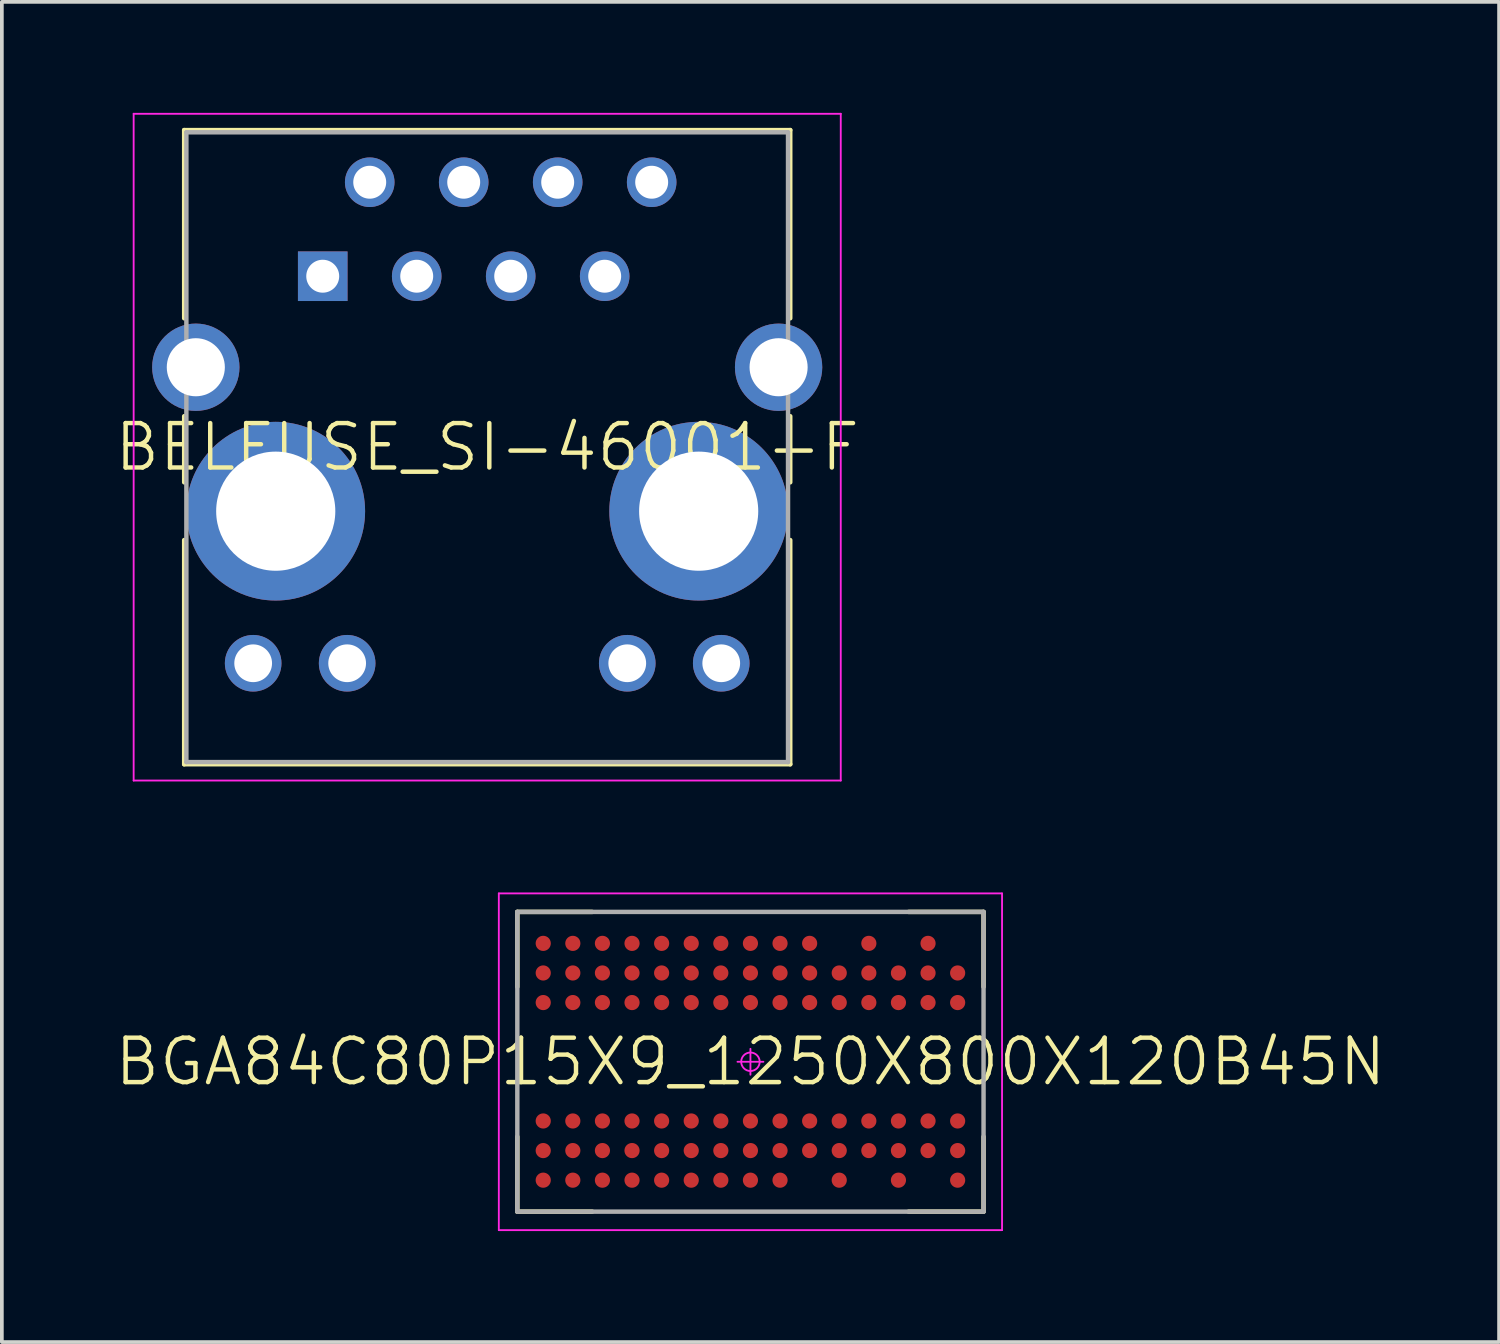
<source format=kicad_pcb>
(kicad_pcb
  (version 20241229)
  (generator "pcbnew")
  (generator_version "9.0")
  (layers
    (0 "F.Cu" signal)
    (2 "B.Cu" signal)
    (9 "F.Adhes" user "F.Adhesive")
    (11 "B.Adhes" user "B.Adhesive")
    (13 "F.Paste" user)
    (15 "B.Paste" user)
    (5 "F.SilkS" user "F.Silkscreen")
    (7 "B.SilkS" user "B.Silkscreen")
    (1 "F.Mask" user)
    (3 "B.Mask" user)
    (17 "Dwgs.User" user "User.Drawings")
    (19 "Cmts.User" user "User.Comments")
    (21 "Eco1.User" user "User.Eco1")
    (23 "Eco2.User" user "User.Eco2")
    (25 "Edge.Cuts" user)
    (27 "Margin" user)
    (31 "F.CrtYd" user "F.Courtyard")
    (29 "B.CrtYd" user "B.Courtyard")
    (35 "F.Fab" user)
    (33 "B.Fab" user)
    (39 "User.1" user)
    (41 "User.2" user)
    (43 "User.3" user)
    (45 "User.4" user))
  (footprint "BGA84C80P15X9_1250X800X120B45N"
    (layer "F.Cu")
    (at 17.231 25.645)
    (property "Reference" "BGA84C80P15X9_1250X800X120B45N" (at 0 0 0) (layer "F.SilkS") (effects (font (size 1.2 1.2) (thickness 0.12))))
    (attr smd)
    (fp_line (start -6.3 -4.05) (end -6.3 -2.025) (stroke (width 0.12) (type solid)) (layer "F.SilkS"))
    (fp_line (start -6.3 4.05) (end -6.3 2.025) (stroke (width 0.12) (type solid)) (layer "F.SilkS"))
    (fp_line (start -4.275 -4.05) (end -6.3 -4.05) (stroke (width 0.12) (type solid)) (layer "F.SilkS"))
    (fp_line (start -4.275 4.05) (end -6.3 4.05) (stroke (width 0.12) (type solid)) (layer "F.SilkS"))
    (fp_line (start 4.275 -4.05) (end 6.3 -4.05) (stroke (width 0.12) (type solid)) (layer "F.SilkS"))
    (fp_line (start 4.275 4.05) (end 6.3 4.05) (stroke (width 0.12) (type solid)) (layer "F.SilkS"))
    (fp_line (start 6.3 -4.05) (end 6.3 -2.025) (stroke (width 0.12) (type solid)) (layer "F.SilkS"))
    (fp_line (start 6.3 4.05) (end 6.3 2.025) (stroke (width 0.12) (type solid)) (layer "F.SilkS"))
    (fp_line (start -6.8 -4.55) (end 6.8 -4.55) (stroke (width 0.05) (type solid)) (layer "F.CrtYd"))
    (fp_line (start -6.8 4.55) (end -6.8 -4.55) (stroke (width 0.05) (type solid)) (layer "F.CrtYd"))
    (fp_line (start -0.35 0) (end 0.35 0) (stroke (width 0.05) (type solid)) (layer "F.CrtYd"))
    (fp_line (start 0 -0.35) (end 0 0.35) (stroke (width 0.05) (type solid)) (layer "F.CrtYd"))
    (fp_line (start 6.8 -4.55) (end 6.8 4.55) (stroke (width 0.05) (type solid)) (layer "F.CrtYd"))
    (fp_line (start 6.8 4.55) (end -6.8 4.55) (stroke (width 0.05) (type solid)) (layer "F.CrtYd"))
    (fp_circle (center 0 0) (end 0 0.25) (stroke (width 0.05) (type solid)) (fill no) (layer "F.CrtYd"))
    (fp_line (start -6.3 -4.05) (end 6.3 -4.05) (stroke (width 0.12) (type solid)) (layer "F.Fab"))
    (fp_line (start -6.3 4.05) (end -6.3 -4.05) (stroke (width 0.12) (type solid)) (layer "F.Fab"))
    (fp_line (start 6.3 -4.05) (end 6.3 4.05) (stroke (width 0.12) (type solid)) (layer "F.Fab"))
    (fp_line (start 6.3 4.05) (end -6.3 4.05) (stroke (width 0.12) (type solid)) (layer "F.Fab"))
    (pad "A1" smd circle (at -5.6 3.2) (size 0.41 0.41) (layers "F.Cu" "F.Mask" "F.Paste"))
    (pad "A2" smd circle (at -5.6 2.4) (size 0.41 0.41) (layers "F.Cu" "F.Mask" "F.Paste"))
    (pad "A3" smd circle (at -5.6 1.6) (size 0.41 0.41) (layers "F.Cu" "F.Mask" "F.Paste"))
    (pad "A7" smd circle (at -5.6 -1.6) (size 0.41 0.41) (layers "F.Cu" "F.Mask" "F.Paste"))
    (pad "A8" smd circle (at -5.6 -2.4) (size 0.41 0.41) (layers "F.Cu" "F.Mask" "F.Paste"))
    (pad "A9" smd circle (at -5.6 -3.2) (size 0.41 0.41) (layers "F.Cu" "F.Mask" "F.Paste"))
    (pad "B1" smd circle (at -4.8 3.2) (size 0.41 0.41) (layers "F.Cu" "F.Mask" "F.Paste"))
    (pad "B2" smd circle (at -4.8 2.4) (size 0.41 0.41) (layers "F.Cu" "F.Mask" "F.Paste"))
    (pad "B3" smd circle (at -4.8 1.6) (size 0.41 0.41) (layers "F.Cu" "F.Mask" "F.Paste"))
    (pad "B7" smd circle (at -4.8 -1.6) (size 0.41 0.41) (layers "F.Cu" "F.Mask" "F.Paste"))
    (pad "B8" smd circle (at -4.8 -2.4) (size 0.41 0.41) (layers "F.Cu" "F.Mask" "F.Paste"))
    (pad "B9" smd circle (at -4.8 -3.2) (size 0.41 0.41) (layers "F.Cu" "F.Mask" "F.Paste"))
    (pad "C1" smd circle (at -4 3.2) (size 0.41 0.41) (layers "F.Cu" "F.Mask" "F.Paste"))
    (pad "C2" smd circle (at -4 2.4) (size 0.41 0.41) (layers "F.Cu" "F.Mask" "F.Paste"))
    (pad "C3" smd circle (at -4 1.6) (size 0.41 0.41) (layers "F.Cu" "F.Mask" "F.Paste"))
    (pad "C7" smd circle (at -4 -1.6) (size 0.41 0.41) (layers "F.Cu" "F.Mask" "F.Paste"))
    (pad "C8" smd circle (at -4 -2.4) (size 0.41 0.41) (layers "F.Cu" "F.Mask" "F.Paste"))
    (pad "C9" smd circle (at -4 -3.2) (size 0.41 0.41) (layers "F.Cu" "F.Mask" "F.Paste"))
    (pad "D1" smd circle (at -3.2 3.2) (size 0.41 0.41) (layers "F.Cu" "F.Mask" "F.Paste"))
    (pad "D2" smd circle (at -3.2 2.4) (size 0.41 0.41) (layers "F.Cu" "F.Mask" "F.Paste"))
    (pad "D3" smd circle (at -3.2 1.6) (size 0.41 0.41) (layers "F.Cu" "F.Mask" "F.Paste"))
    (pad "D7" smd circle (at -3.2 -1.6) (size 0.41 0.41) (layers "F.Cu" "F.Mask" "F.Paste"))
    (pad "D8" smd circle (at -3.2 -2.4) (size 0.41 0.41) (layers "F.Cu" "F.Mask" "F.Paste"))
    (pad "D9" smd circle (at -3.2 -3.2) (size 0.41 0.41) (layers "F.Cu" "F.Mask" "F.Paste"))
    (pad "E1" smd circle (at -2.4 3.2) (size 0.41 0.41) (layers "F.Cu" "F.Mask" "F.Paste"))
    (pad "E2" smd circle (at -2.4 2.4) (size 0.41 0.41) (layers "F.Cu" "F.Mask" "F.Paste"))
    (pad "E3" smd circle (at -2.4 1.6) (size 0.41 0.41) (layers "F.Cu" "F.Mask" "F.Paste"))
    (pad "E7" smd circle (at -2.4 -1.6) (size 0.41 0.41) (layers "F.Cu" "F.Mask" "F.Paste"))
    (pad "E8" smd circle (at -2.4 -2.4) (size 0.41 0.41) (layers "F.Cu" "F.Mask" "F.Paste"))
    (pad "E9" smd circle (at -2.4 -3.2) (size 0.41 0.41) (layers "F.Cu" "F.Mask" "F.Paste"))
    (pad "F1" smd circle (at -1.6 3.2) (size 0.41 0.41) (layers "F.Cu" "F.Mask" "F.Paste"))
    (pad "F2" smd circle (at -1.6 2.4) (size 0.41 0.41) (layers "F.Cu" "F.Mask" "F.Paste"))
    (pad "F3" smd circle (at -1.6 1.6) (size 0.41 0.41) (layers "F.Cu" "F.Mask" "F.Paste"))
    (pad "F7" smd circle (at -1.6 -1.6) (size 0.41 0.41) (layers "F.Cu" "F.Mask" "F.Paste"))
    (pad "F8" smd circle (at -1.6 -2.4) (size 0.41 0.41) (layers "F.Cu" "F.Mask" "F.Paste"))
    (pad "F9" smd circle (at -1.6 -3.2) (size 0.41 0.41) (layers "F.Cu" "F.Mask" "F.Paste"))
    (pad "G1" smd circle (at -0.8 3.2) (size 0.41 0.41) (layers "F.Cu" "F.Mask" "F.Paste"))
    (pad "G2" smd circle (at -0.8 2.4) (size 0.41 0.41) (layers "F.Cu" "F.Mask" "F.Paste"))
    (pad "G3" smd circle (at -0.8 1.6) (size 0.41 0.41) (layers "F.Cu" "F.Mask" "F.Paste"))
    (pad "G7" smd circle (at -0.8 -1.6) (size 0.41 0.41) (layers "F.Cu" "F.Mask" "F.Paste"))
    (pad "G8" smd circle (at -0.8 -2.4) (size 0.41 0.41) (layers "F.Cu" "F.Mask" "F.Paste"))
    (pad "G9" smd circle (at -0.8 -3.2) (size 0.41 0.41) (layers "F.Cu" "F.Mask" "F.Paste"))
    (pad "H1" smd circle (at 0 3.2) (size 0.41 0.41) (layers "F.Cu" "F.Mask" "F.Paste"))
    (pad "H2" smd circle (at 0 2.4) (size 0.41 0.41) (layers "F.Cu" "F.Mask" "F.Paste"))
    (pad "H3" smd circle (at 0 1.6) (size 0.41 0.41) (layers "F.Cu" "F.Mask" "F.Paste"))
    (pad "H7" smd circle (at 0 -1.6) (size 0.41 0.41) (layers "F.Cu" "F.Mask" "F.Paste"))
    (pad "H8" smd circle (at 0 -2.4) (size 0.41 0.41) (layers "F.Cu" "F.Mask" "F.Paste"))
    (pad "H9" smd circle (at 0 -3.2) (size 0.41 0.41) (layers "F.Cu" "F.Mask" "F.Paste"))
    (pad "J1" smd circle (at 0.8 3.2) (size 0.41 0.41) (layers "F.Cu" "F.Mask" "F.Paste"))
    (pad "J2" smd circle (at 0.8 2.4) (size 0.41 0.41) (layers "F.Cu" "F.Mask" "F.Paste"))
    (pad "J3" smd circle (at 0.8 1.6) (size 0.41 0.41) (layers "F.Cu" "F.Mask" "F.Paste"))
    (pad "J7" smd circle (at 0.8 -1.6) (size 0.41 0.41) (layers "F.Cu" "F.Mask" "F.Paste"))
    (pad "J8" smd circle (at 0.8 -2.4) (size 0.41 0.41) (layers "F.Cu" "F.Mask" "F.Paste"))
    (pad "J9" smd circle (at 0.8 -3.2) (size 0.41 0.41) (layers "F.Cu" "F.Mask" "F.Paste"))
    (pad "K2" smd circle (at 1.6 2.4) (size 0.41 0.41) (layers "F.Cu" "F.Mask" "F.Paste"))
    (pad "K3" smd circle (at 1.6 1.6) (size 0.41 0.41) (layers "F.Cu" "F.Mask" "F.Paste"))
    (pad "K7" smd circle (at 1.6 -1.6) (size 0.41 0.41) (layers "F.Cu" "F.Mask" "F.Paste"))
    (pad "K8" smd circle (at 1.6 -2.4) (size 0.41 0.41) (layers "F.Cu" "F.Mask" "F.Paste"))
    (pad "K9" smd circle (at 1.6 -3.2) (size 0.41 0.41) (layers "F.Cu" "F.Mask" "F.Paste"))
    (pad "L1" smd circle (at 2.4 3.2) (size 0.41 0.41) (layers "F.Cu" "F.Mask" "F.Paste"))
    (pad "L2" smd circle (at 2.4 2.4) (size 0.41 0.41) (layers "F.Cu" "F.Mask" "F.Paste"))
    (pad "L3" smd circle (at 2.4 1.6) (size 0.41 0.41) (layers "F.Cu" "F.Mask" "F.Paste"))
    (pad "L7" smd circle (at 2.4 -1.6) (size 0.41 0.41) (layers "F.Cu" "F.Mask" "F.Paste"))
    (pad "L8" smd circle (at 2.4 -2.4) (size 0.41 0.41) (layers "F.Cu" "F.Mask" "F.Paste"))
    (pad "M2" smd circle (at 3.2 2.4) (size 0.41 0.41) (layers "F.Cu" "F.Mask" "F.Paste"))
    (pad "M3" smd circle (at 3.2 1.6) (size 0.41 0.41) (layers "F.Cu" "F.Mask" "F.Paste"))
    (pad "M7" smd circle (at 3.2 -1.6) (size 0.41 0.41) (layers "F.Cu" "F.Mask" "F.Paste"))
    (pad "M8" smd circle (at 3.2 -2.4) (size 0.41 0.41) (layers "F.Cu" "F.Mask" "F.Paste"))
    (pad "M9" smd circle (at 3.2 -3.2) (size 0.41 0.41) (layers "F.Cu" "F.Mask" "F.Paste"))
    (pad "N1" smd circle (at 4 3.2) (size 0.41 0.41) (layers "F.Cu" "F.Mask" "F.Paste"))
    (pad "N2" smd circle (at 4 2.4) (size 0.41 0.41) (layers "F.Cu" "F.Mask" "F.Paste"))
    (pad "N3" smd circle (at 4 1.6) (size 0.41 0.41) (layers "F.Cu" "F.Mask" "F.Paste"))
    (pad "N7" smd circle (at 4 -1.6) (size 0.41 0.41) (layers "F.Cu" "F.Mask" "F.Paste"))
    (pad "N8" smd circle (at 4 -2.4) (size 0.41 0.41) (layers "F.Cu" "F.Mask" "F.Paste"))
    (pad "P2" smd circle (at 4.8 2.4) (size 0.41 0.41) (layers "F.Cu" "F.Mask" "F.Paste"))
    (pad "P3" smd circle (at 4.8 1.6) (size 0.41 0.41) (layers "F.Cu" "F.Mask" "F.Paste"))
    (pad "P7" smd circle (at 4.8 -1.6) (size 0.41 0.41) (layers "F.Cu" "F.Mask" "F.Paste"))
    (pad "P8" smd circle (at 4.8 -2.4) (size 0.41 0.41) (layers "F.Cu" "F.Mask" "F.Paste"))
    (pad "P9" smd circle (at 4.8 -3.2) (size 0.41 0.41) (layers "F.Cu" "F.Mask" "F.Paste"))
    (pad "R1" smd circle (at 5.6 3.2) (size 0.41 0.41) (layers "F.Cu" "F.Mask" "F.Paste"))
    (pad "R2" smd circle (at 5.6 2.4) (size 0.41 0.41) (layers "F.Cu" "F.Mask" "F.Paste"))
    (pad "R3" smd circle (at 5.6 1.6) (size 0.41 0.41) (layers "F.Cu" "F.Mask" "F.Paste"))
    (pad "R7" smd circle (at 5.6 -1.6) (size 0.41 0.41) (layers "F.Cu" "F.Mask" "F.Paste"))
    (pad "R8" smd circle (at 5.6 -2.4) (size 0.41 0.41) (layers "F.Cu" "F.Mask" "F.Paste")))
  (footprint "BELFUSE_SI-46001-F"
    (layer "F.Cu")
    (at 5.672 4.415)
    (property "Reference" "BELFUSE_SI-46001-F" (at 4.445 4.62 0) (layer "F.SilkS") (effects (font (size 1.2 1.2) (thickness 0.12))))
    (attr through_hole)
    (fp_line (start -3.745 -3.95) (end 12.635 -3.95) (stroke (width 0.12) (type solid)) (layer "F.SilkS"))
    (fp_line (start -3.745 1.137) (end -3.745 -3.95) (stroke (width 0.12) (type solid)) (layer "F.SilkS"))
    (fp_line (start -3.745 5.57) (end -3.745 3.783) (stroke (width 0.12) (type solid)) (layer "F.SilkS"))
    (fp_line (start -3.745 13.19) (end -3.745 7.13) (stroke (width 0.12) (type solid)) (layer "F.SilkS"))
    (fp_line (start 12.635 -3.95) (end 12.635 1.137) (stroke (width 0.12) (type solid)) (layer "F.SilkS"))
    (fp_line (start 12.635 5.57) (end 12.635 3.783) (stroke (width 0.12) (type solid)) (layer "F.SilkS"))
    (fp_line (start 12.635 7.13) (end 12.635 13.19) (stroke (width 0.12) (type solid)) (layer "F.SilkS"))
    (fp_line (start 12.635 13.19) (end -3.745 13.19) (stroke (width 0.12) (type solid)) (layer "F.SilkS"))
    (fp_line (start -5.11 -4.39) (end 14 -4.39) (stroke (width 0.05) (type solid)) (layer "F.CrtYd"))
    (fp_line (start -5.11 13.63) (end -5.11 -4.39) (stroke (width 0.05) (type solid)) (layer "F.CrtYd"))
    (fp_line (start 0 -0.35) (end 0 0.35) (stroke (width 0.05) (type solid)) (layer "F.CrtYd"))
    (fp_line (start 0.35 0) (end -0.35 0) (stroke (width 0.05) (type solid)) (layer "F.CrtYd"))
    (fp_line (start 14 -4.39) (end 14 13.63) (stroke (width 0.05) (type solid)) (layer "F.CrtYd"))
    (fp_line (start 14 13.63) (end -5.11 13.63) (stroke (width 0.05) (type solid)) (layer "F.CrtYd"))
    (fp_circle (center 0 0) (end 0 0.25) (stroke (width 0.05) (type solid)) (fill no) (layer "F.CrtYd"))
    (fp_line (start -3.685 -3.89) (end 12.575 -3.89) (stroke (width 0.12) (type solid)) (layer "F.Fab"))
    (fp_line (start -3.685 13.13) (end -3.685 -3.89) (stroke (width 0.12) (type solid)) (layer "F.Fab"))
    (fp_line (start 12.575 -3.89) (end 12.575 13.13) (stroke (width 0.12) (type solid)) (layer "F.Fab"))
    (fp_line (start 12.575 13.13) (end -3.685 13.13) (stroke (width 0.12) (type solid)) (layer "F.Fab"))
    (pad "1" thru_hole rect (at 0 0) (size 1.34 1.34) (drill 0.89) (layers "*.Cu" "*.Mask"))
    (pad "2" thru_hole circle (at 2.54 0) (size 1.34 1.34) (drill 0.89) (layers "*.Cu" "*.Mask"))
    (pad "3" thru_hole circle (at 5.08 0) (size 1.34 1.34) (drill 0.89) (layers "*.Cu" "*.Mask"))
    (pad "4" thru_hole circle (at 7.62 0) (size 1.34 1.34) (drill 0.89) (layers "*.Cu" "*.Mask"))
    (pad "5" thru_hole circle (at 8.89 -2.54) (size 1.34 1.34) (drill 0.89) (layers "*.Cu" "*.Mask"))
    (pad "6" thru_hole circle (at 6.35 -2.54) (size 1.34 1.34) (drill 0.89) (layers "*.Cu" "*.Mask"))
    (pad "7" thru_hole circle (at 3.81 -2.54) (size 1.34 1.34) (drill 0.89) (layers "*.Cu" "*.Mask"))
    (pad "8" thru_hole circle (at 1.27 -2.54) (size 1.34 1.34) (drill 0.89) (layers "*.Cu" "*.Mask"))
    (pad "9" thru_hole circle (at 12.32 2.46) (size 2.36 2.36) (drill 1.57) (layers "*.Cu" "*.Mask"))
    (pad "10" thru_hole circle (at -3.43 2.46) (size 2.36 2.36) (drill 1.57) (layers "*.Cu" "*.Mask"))
    (pad "11" thru_hole circle (at 10.16 6.35) (size 4.83 4.83) (drill 3.22) (layers "*.Cu" "*.Mask"))
    (pad "12" thru_hole circle (at -1.27 6.35) (size 4.83 4.83) (drill 3.22) (layers "*.Cu" "*.Mask"))
    (pad "G1" thru_hole circle (at 8.23 10.46) (size 1.53 1.53) (drill 1.02) (layers "*.Cu" "*.Mask"))
    (pad "G2" thru_hole circle (at 10.77 10.46) (size 1.53 1.53) (drill 1.02) (layers "*.Cu" "*.Mask"))
    (pad "Y1" thru_hole circle (at -1.88 10.46) (size 1.53 1.53) (drill 1.02) (layers "*.Cu" "*.Mask"))
    (pad "Y2" thru_hole circle (at 0.66 10.46) (size 1.53 1.53) (drill 1.02) (layers "*.Cu" "*.Mask")))
  (gr_rect
    (start -3 -3)
    (end 37.463 33.22)
    (stroke (width 0.1) (type default))
    (fill no)
    (layer "Edge.Cuts")))
</source>
